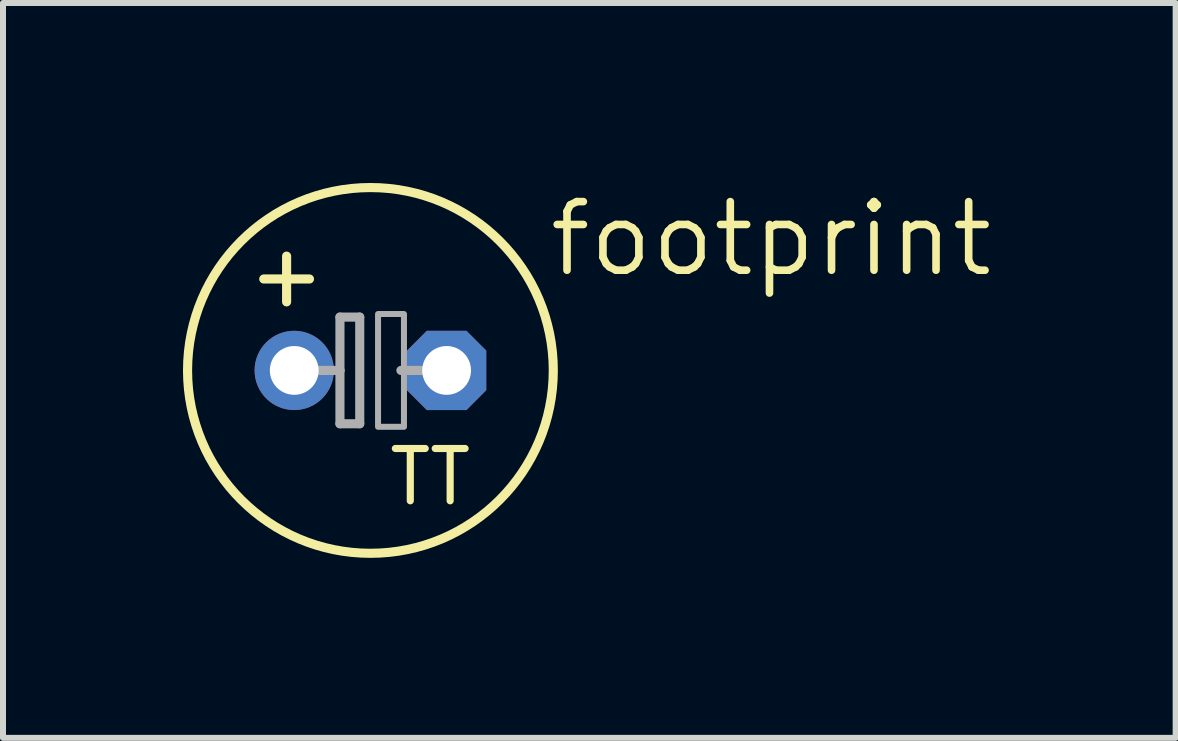
<source format=kicad_pcb>
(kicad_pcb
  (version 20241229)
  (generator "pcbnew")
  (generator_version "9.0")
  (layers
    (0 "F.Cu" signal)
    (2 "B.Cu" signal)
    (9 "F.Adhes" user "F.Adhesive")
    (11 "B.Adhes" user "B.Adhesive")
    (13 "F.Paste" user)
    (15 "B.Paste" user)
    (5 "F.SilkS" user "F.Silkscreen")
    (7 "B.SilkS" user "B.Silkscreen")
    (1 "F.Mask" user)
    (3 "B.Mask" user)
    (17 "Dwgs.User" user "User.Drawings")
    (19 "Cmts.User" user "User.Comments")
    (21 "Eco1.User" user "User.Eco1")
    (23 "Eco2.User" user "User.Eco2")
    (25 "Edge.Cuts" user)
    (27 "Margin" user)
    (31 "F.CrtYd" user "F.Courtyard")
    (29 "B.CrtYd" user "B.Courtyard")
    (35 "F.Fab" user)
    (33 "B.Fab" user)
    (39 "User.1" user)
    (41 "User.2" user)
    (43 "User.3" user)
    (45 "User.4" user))
  (footprint "footprint"
    (layer "F.Cu")
    (at 3.124 3.124)
    (property "Reference" "footprint" (at 2.921 -1.524 0) (layer "F.SilkS") (effects (font (size 1.143 1.143) (thickness 0.127)) (justify left bottom)))
    (fp_line (start -1.778 -1.524) (end -1.016 -1.524) (stroke (width 0.152) (type solid)) (layer "F.SilkS"))
    (fp_line (start -1.397 -1.143) (end -1.397 -1.905) (stroke (width 0.152) (type solid)) (layer "F.SilkS"))
    (fp_circle (center 0 0) (end 3.048 0) (stroke (width 0.152) (type solid)) (fill no) (layer "F.SilkS"))
    (fp_line (start -1.016 0) (end -0.508 0) (stroke (width 0.152) (type solid)) (layer "F.Fab"))
    (fp_line (start -0.508 -0.889) (end -0.508 0) (stroke (width 0.152) (type solid)) (layer "F.Fab"))
    (fp_line (start -0.508 0) (end -0.508 0.889) (stroke (width 0.152) (type solid)) (layer "F.Fab"))
    (fp_line (start -0.508 0.889) (end -0.178 0.889) (stroke (width 0.152) (type solid)) (layer "F.Fab"))
    (fp_line (start -0.178 -0.889) (end -0.508 -0.889) (stroke (width 0.152) (type solid)) (layer "F.Fab"))
    (fp_line (start -0.178 0.889) (end -0.178 -0.889) (stroke (width 0.152) (type solid)) (layer "F.Fab"))
    (fp_line (start 0.508 0) (end 1.016 0) (stroke (width 0.152) (type solid)) (layer "F.Fab"))
    (fp_poly (pts (xy 0.127 0.94) (xy 0.559 0.94) (xy 0.559 -0.94) (xy 0.127 -0.94)) (stroke (width 0.1) (type solid)) (fill no) (layer "F.Fab"))
    (fp_text user "TT" (at 0.254 2.286 0) (layer "F.SilkS") (effects (font (size 0.872 0.872) (thickness 0.119)) (justify left bottom)))
    (pad "+" thru_hole circle (at -1.27 0) (size 1.321 1.321) (drill 0.813) (layers "*.Cu" "*.Mask"))
    (pad "-" thru_hole roundrect (at 1.27 0) (size 1.321 1.321) (drill 0.813) (layers "*.Cu" "*.Mask") (roundrect_rratio 0.25) (chamfer_ratio 0.25) (chamfer top_left top_right bottom_left bottom_right)))
  (gr_rect
    (start -3 -3)
    (end 16.545 9.248)
    (stroke (width 0.1) (type default))
    (fill no)
    (layer "Edge.Cuts")))
</source>
